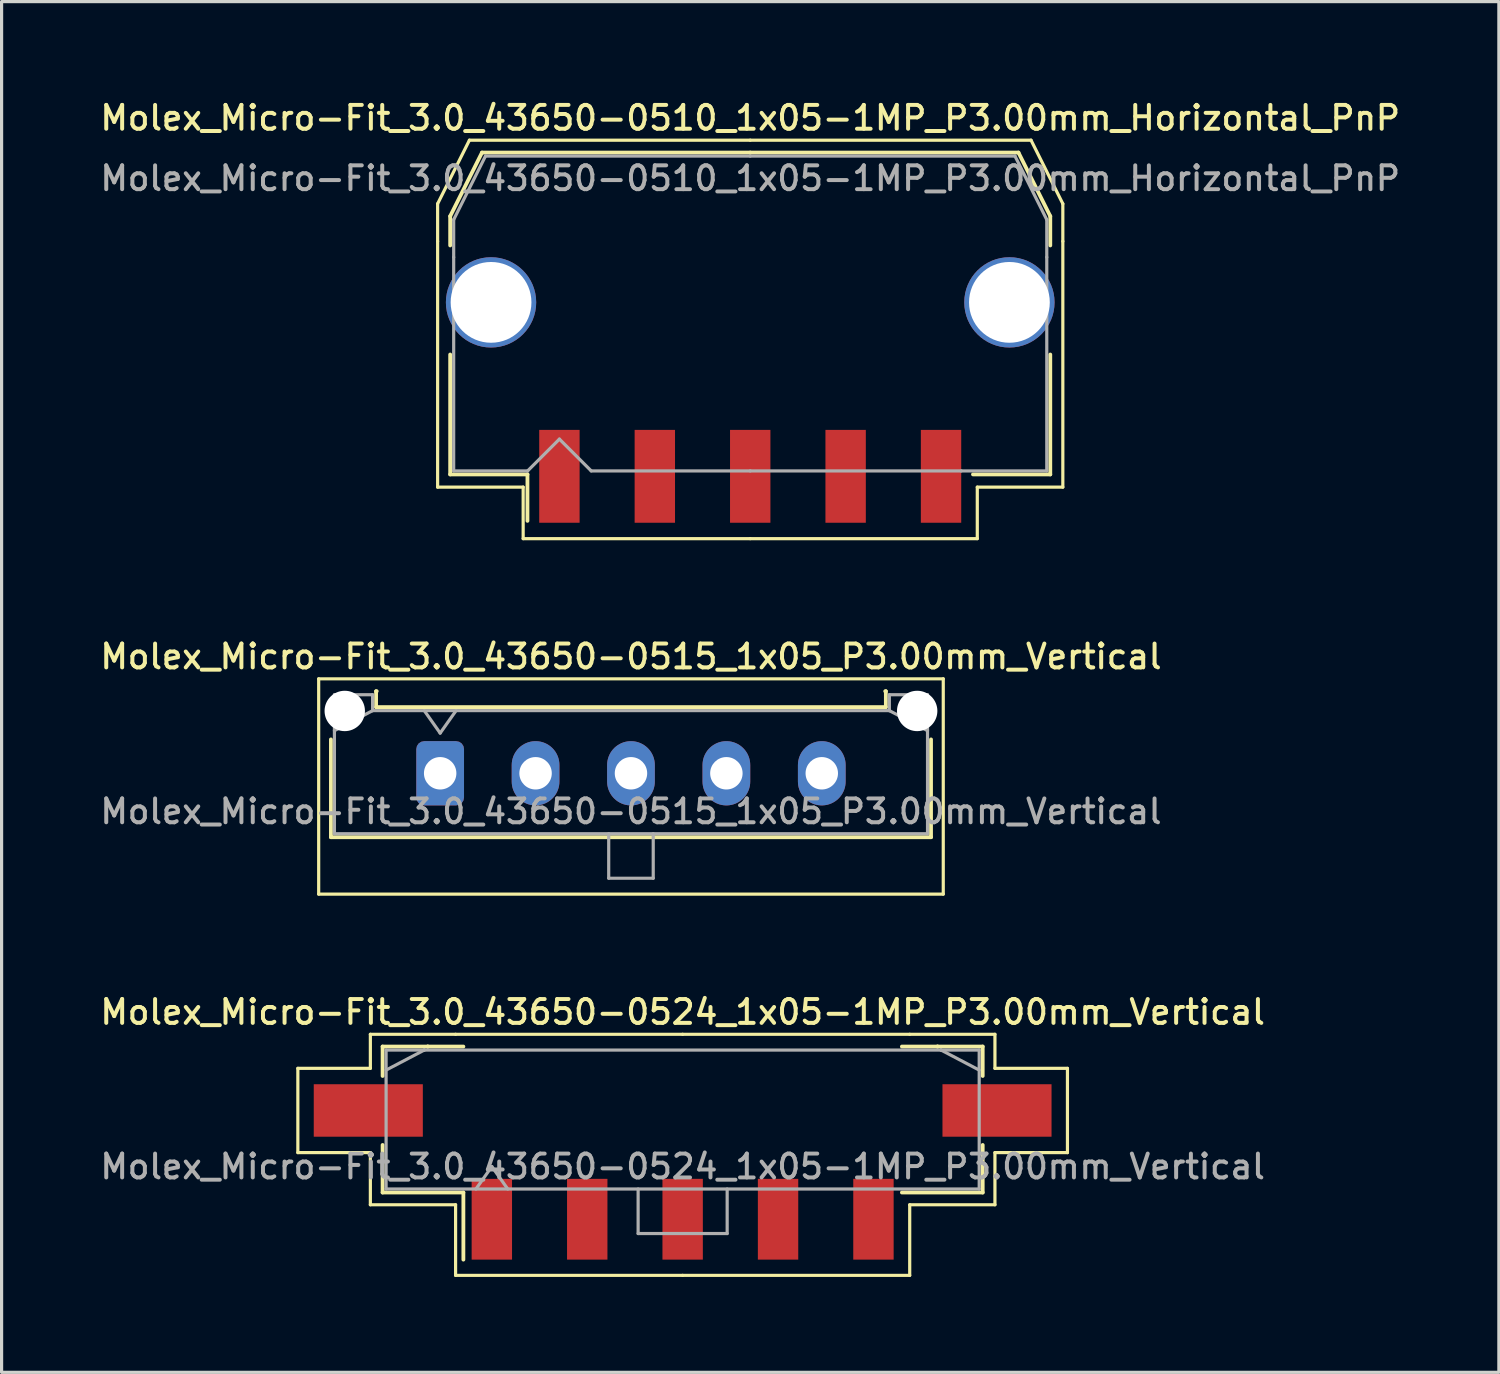
<source format=kicad_pcb>
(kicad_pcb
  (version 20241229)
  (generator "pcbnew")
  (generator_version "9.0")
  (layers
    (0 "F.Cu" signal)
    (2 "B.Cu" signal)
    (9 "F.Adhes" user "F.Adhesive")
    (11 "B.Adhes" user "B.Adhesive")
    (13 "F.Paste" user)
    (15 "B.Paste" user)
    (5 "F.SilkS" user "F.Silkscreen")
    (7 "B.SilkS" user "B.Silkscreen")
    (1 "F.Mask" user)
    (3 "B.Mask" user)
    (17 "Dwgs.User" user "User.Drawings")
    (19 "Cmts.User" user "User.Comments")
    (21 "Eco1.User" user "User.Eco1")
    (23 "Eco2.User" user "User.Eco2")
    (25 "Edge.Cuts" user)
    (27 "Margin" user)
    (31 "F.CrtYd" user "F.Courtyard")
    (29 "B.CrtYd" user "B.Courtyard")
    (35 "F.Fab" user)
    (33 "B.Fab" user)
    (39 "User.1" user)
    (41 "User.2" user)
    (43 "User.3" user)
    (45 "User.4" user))
  (footprint "Molex_Micro-Fit_3.0_43650-0510_1x05-1MP_P3.00mm_Horizontal_PnP"
    (layer "F.Cu")
    (at 20.541 6.808)
    (property "Reference" "Molex_Micro-Fit_3.0_43650-0510_1x05-1MP_P3.00mm_Horizontal_PnP" (at 0 -6.15 0) (layer "F.SilkS") (effects (font (size 0.75 0.75) (thickness 0.125))))
    (attr smd)
    (fp_line (start -9.83 -3.45) (end -9.83 -2.27) (stroke (width 0.1) (type solid)) (layer "F.SilkS"))
    (fp_line (start -9.83 -2.27) (end -9.83 5.46) (stroke (width 0.1) (type solid)) (layer "F.SilkS"))
    (fp_line (start -9.83 5.46) (end -7.14 5.46) (stroke (width 0.1) (type solid)) (layer "F.SilkS"))
    (fp_line (start -9.435 -3.06) (end -9.435 -2.14) (stroke (width 0.12) (type solid)) (layer "F.SilkS"))
    (fp_line (start -9.435 1.29) (end -9.435 5.06) (stroke (width 0.12) (type solid)) (layer "F.SilkS"))
    (fp_line (start -9.435 5.06) (end -7.005 5.06) (stroke (width 0.12) (type solid)) (layer "F.SilkS"))
    (fp_line (start -8.83 -5.45) (end -9.83 -3.45) (stroke (width 0.1) (type solid)) (layer "F.SilkS"))
    (fp_line (start -8.435 -5.06) (end -9.435 -3.06) (stroke (width 0.12) (type solid)) (layer "F.SilkS"))
    (fp_line (start -7.14 5.46) (end -7.14 7.08) (stroke (width 0.1) (type solid)) (layer "F.SilkS"))
    (fp_line (start -7.14 7.08) (end 0 7.08) (stroke (width 0.1) (type solid)) (layer "F.SilkS"))
    (fp_line (start -7.005 5.06) (end -7.005 6.52) (stroke (width 0.12) (type solid)) (layer "F.SilkS"))
    (fp_line (start 0 -5.45) (end -8.83 -5.45) (stroke (width 0.1) (type solid)) (layer "F.SilkS"))
    (fp_line (start 0 -5.45) (end 8.83 -5.45) (stroke (width 0.1) (type solid)) (layer "F.SilkS"))
    (fp_line (start 0 -5.06) (end -8.435 -5.06) (stroke (width 0.12) (type solid)) (layer "F.SilkS"))
    (fp_line (start 0 -5.06) (end 8.435 -5.06) (stroke (width 0.12) (type solid)) (layer "F.SilkS"))
    (fp_line (start 7.14 5.46) (end 7.14 7.08) (stroke (width 0.1) (type solid)) (layer "F.SilkS"))
    (fp_line (start 7.14 7.08) (end 0 7.08) (stroke (width 0.1) (type solid)) (layer "F.SilkS"))
    (fp_line (start 8.435 -5.06) (end 9.435 -3.06) (stroke (width 0.12) (type solid)) (layer "F.SilkS"))
    (fp_line (start 8.83 -5.45) (end 9.83 -3.45) (stroke (width 0.1) (type solid)) (layer "F.SilkS"))
    (fp_line (start 9.435 -3.06) (end 9.435 -2.14) (stroke (width 0.12) (type solid)) (layer "F.SilkS"))
    (fp_line (start 9.435 1.29) (end 9.435 5.06) (stroke (width 0.12) (type solid)) (layer "F.SilkS"))
    (fp_line (start 9.435 5.06) (end 7.005 5.06) (stroke (width 0.12) (type solid)) (layer "F.SilkS"))
    (fp_line (start 9.83 -3.45) (end 9.83 -2.27) (stroke (width 0.1) (type solid)) (layer "F.SilkS"))
    (fp_line (start 9.83 -2.27) (end 9.83 5.46) (stroke (width 0.1) (type solid)) (layer "F.SilkS"))
    (fp_line (start 9.83 5.46) (end 7.14 5.46) (stroke (width 0.1) (type solid)) (layer "F.SilkS"))
    (fp_line (start -9.325 -2.95) (end -9.325 -1.77) (stroke (width 0.1) (type solid)) (layer "F.Fab"))
    (fp_line (start -9.325 -1.77) (end -9.325 4.95) (stroke (width 0.1) (type solid)) (layer "F.Fab"))
    (fp_line (start -9.325 4.95) (end -7 4.95) (stroke (width 0.1) (type solid)) (layer "F.Fab"))
    (fp_line (start -8.325 -4.95) (end -9.325 -2.95) (stroke (width 0.1) (type solid)) (layer "F.Fab"))
    (fp_line (start -7 4.95) (end -6 3.95) (stroke (width 0.1) (type solid)) (layer "F.Fab"))
    (fp_line (start -6 3.95) (end -5 4.95) (stroke (width 0.1) (type solid)) (layer "F.Fab"))
    (fp_line (start -5 4.95) (end 0 4.95) (stroke (width 0.1) (type solid)) (layer "F.Fab"))
    (fp_line (start 0 -4.95) (end -8.325 -4.95) (stroke (width 0.1) (type solid)) (layer "F.Fab"))
    (fp_line (start 0 -4.95) (end 8.325 -4.95) (stroke (width 0.1) (type solid)) (layer "F.Fab"))
    (fp_line (start 6.635 4.95) (end 0 4.95) (stroke (width 0.1) (type solid)) (layer "F.Fab"))
    (fp_line (start 8.325 -4.95) (end 9.325 -2.95) (stroke (width 0.1) (type solid)) (layer "F.Fab"))
    (fp_line (start 9.325 -2.95) (end 9.325 -1.77) (stroke (width 0.1) (type solid)) (layer "F.Fab"))
    (fp_line (start 9.325 -1.77) (end 9.325 4.95) (stroke (width 0.1) (type solid)) (layer "F.Fab"))
    (fp_line (start 9.325 4.95) (end 6.635 4.95) (stroke (width 0.1) (type solid)) (layer "F.Fab"))
    (fp_text user "${REFERENCE}" (at 0 -4.25 0) (layer "F.Fab") (effects (font (size 0.75 0.75) (thickness 0.125))))
    (pad "1" smd rect (at -6 5.12) (size 1.27 2.92) (layers "F.Cu" "F.Mask" "F.Paste"))
    (pad "2" smd rect (at -3 5.12) (size 1.27 2.92) (layers "F.Cu" "F.Mask" "F.Paste"))
    (pad "3" smd rect (at 0 5.12) (size 1.27 2.92) (layers "F.Cu" "F.Mask" "F.Paste"))
    (pad "4" smd rect (at 3 5.12) (size 1.27 2.92) (layers "F.Cu" "F.Mask" "F.Paste"))
    (pad "5" smd rect (at 6 5.12) (size 1.27 2.92) (layers "F.Cu" "F.Mask" "F.Paste"))
    (pad "MP" thru_hole circle (at -8.15 -0.35) (size 2.84 2.84) (drill 2.54) (property pad_prop_heatsink) (layers "*.Cu" "*.Mask"))
    (pad "MP" thru_hole circle (at 8.15 -0.35) (size 2.84 2.84) (drill 2.54) (property pad_prop_heatsink) (layers "*.Cu" "*.Mask")))
  (footprint "Molex_Micro-Fit_3.0_43650-0524_1x05-1MP_P3.00mm_Vertical"
    (layer "F.Cu")
    (at 18.416 32.154)
    (property "Reference" "Molex_Micro-Fit_3.0_43650-0524_1x05-1MP_P3.00mm_Vertical" (at 0 -3.38 0) (layer "F.SilkS") (effects (font (size 0.75 0.75) (thickness 0.125))))
    (attr smd)
    (fp_line (start -12.1 -1.61) (end -12.1 1.04) (stroke (width 0.1) (type solid)) (layer "F.SilkS"))
    (fp_line (start -12.1 1.04) (end -9.82 1.04) (stroke (width 0.1) (type solid)) (layer "F.SilkS"))
    (fp_line (start -9.82 -2.68) (end -9.82 -1.61) (stroke (width 0.1) (type solid)) (layer "F.SilkS"))
    (fp_line (start -9.82 -1.61) (end -12.1 -1.61) (stroke (width 0.1) (type solid)) (layer "F.SilkS"))
    (fp_line (start -9.82 1.04) (end -9.82 2.68) (stroke (width 0.1) (type solid)) (layer "F.SilkS"))
    (fp_line (start -9.82 2.68) (end -7.14 2.68) (stroke (width 0.1) (type solid)) (layer "F.SilkS"))
    (fp_line (start -9.435 -2.295) (end -8.015 -2.295) (stroke (width 0.12) (type solid)) (layer "F.SilkS"))
    (fp_line (start -9.435 -1.37) (end -9.435 -2.295) (stroke (width 0.12) (type solid)) (layer "F.SilkS"))
    (fp_line (start -9.435 0.8) (end -9.435 2.295) (stroke (width 0.12) (type solid)) (layer "F.SilkS"))
    (fp_line (start -9.435 2.295) (end -6.895 2.295) (stroke (width 0.12) (type solid)) (layer "F.SilkS"))
    (fp_line (start -8.015 -2.295) (end -8.015 -2.295) (stroke (width 0.12) (type solid)) (layer "F.SilkS"))
    (fp_line (start -8.015 -2.295) (end -6.895 -2.295) (stroke (width 0.12) (type solid)) (layer "F.SilkS"))
    (fp_line (start -7.14 -2.68) (end -9.82 -2.68) (stroke (width 0.1) (type solid)) (layer "F.SilkS"))
    (fp_line (start -7.14 2.68) (end -7.14 4.9) (stroke (width 0.1) (type solid)) (layer "F.SilkS"))
    (fp_line (start -7.14 4.9) (end 0 4.9) (stroke (width 0.1) (type solid)) (layer "F.SilkS"))
    (fp_line (start -6.895 2.295) (end -6.895 4.405) (stroke (width 0.12) (type solid)) (layer "F.SilkS"))
    (fp_line (start 0 -2.68) (end -7.14 -2.68) (stroke (width 0.1) (type solid)) (layer "F.SilkS"))
    (fp_line (start 0 -2.68) (end 7.14 -2.68) (stroke (width 0.1) (type solid)) (layer "F.SilkS"))
    (fp_line (start 7.14 -2.68) (end 9.82 -2.68) (stroke (width 0.1) (type solid)) (layer "F.SilkS"))
    (fp_line (start 7.14 2.68) (end 7.14 4.9) (stroke (width 0.1) (type solid)) (layer "F.SilkS"))
    (fp_line (start 7.14 4.9) (end 0 4.9) (stroke (width 0.1) (type solid)) (layer "F.SilkS"))
    (fp_line (start 8.015 -2.295) (end 6.895 -2.295) (stroke (width 0.12) (type solid)) (layer "F.SilkS"))
    (fp_line (start 8.015 -2.295) (end 8.015 -2.295) (stroke (width 0.12) (type solid)) (layer "F.SilkS"))
    (fp_line (start 9.435 -2.295) (end 8.015 -2.295) (stroke (width 0.12) (type solid)) (layer "F.SilkS"))
    (fp_line (start 9.435 -1.37) (end 9.435 -2.295) (stroke (width 0.12) (type solid)) (layer "F.SilkS"))
    (fp_line (start 9.435 0.8) (end 9.435 2.295) (stroke (width 0.12) (type solid)) (layer "F.SilkS"))
    (fp_line (start 9.435 2.295) (end 6.895 2.295) (stroke (width 0.12) (type solid)) (layer "F.SilkS"))
    (fp_line (start 9.82 -2.68) (end 9.82 -1.61) (stroke (width 0.1) (type solid)) (layer "F.SilkS"))
    (fp_line (start 9.82 -1.61) (end 12.1 -1.61) (stroke (width 0.1) (type solid)) (layer "F.SilkS"))
    (fp_line (start 9.82 1.04) (end 9.82 2.68) (stroke (width 0.1) (type solid)) (layer "F.SilkS"))
    (fp_line (start 9.82 2.68) (end 7.14 2.68) (stroke (width 0.1) (type solid)) (layer "F.SilkS"))
    (fp_line (start 12.1 -1.61) (end 12.1 1.04) (stroke (width 0.1) (type solid)) (layer "F.SilkS"))
    (fp_line (start 12.1 1.04) (end 9.82 1.04) (stroke (width 0.1) (type solid)) (layer "F.SilkS"))
    (fp_line (start -9.325 -2.185) (end -9.325 2.185) (stroke (width 0.1) (type solid)) (layer "F.Fab"))
    (fp_line (start -9.325 -1.555) (end -8.125 -2.185) (stroke (width 0.1) (type solid)) (layer "F.Fab"))
    (fp_line (start -9.325 2.185) (end 9.325 2.185) (stroke (width 0.1) (type solid)) (layer "F.Fab"))
    (fp_line (start -8.125 -2.185) (end -9.325 -2.185) (stroke (width 0.1) (type solid)) (layer "F.Fab"))
    (fp_line (start -8.125 -2.185) (end -8.125 -2.185) (stroke (width 0.1) (type solid)) (layer "F.Fab"))
    (fp_line (start -6.5 2.185) (end -6 1.478) (stroke (width 0.1) (type solid)) (layer "F.Fab"))
    (fp_line (start -6 1.478) (end -5.5 2.185) (stroke (width 0.1) (type solid)) (layer "F.Fab"))
    (fp_line (start -1.4 2.185) (end -1.4 3.585) (stroke (width 0.1) (type solid)) (layer "F.Fab"))
    (fp_line (start -1.4 3.585) (end 1.4 3.585) (stroke (width 0.1) (type solid)) (layer "F.Fab"))
    (fp_line (start 1.4 3.585) (end 1.4 2.185) (stroke (width 0.1) (type solid)) (layer "F.Fab"))
    (fp_line (start 8.125 -2.185) (end -8.125 -2.185) (stroke (width 0.1) (type solid)) (layer "F.Fab"))
    (fp_line (start 8.125 -2.185) (end 8.125 -2.185) (stroke (width 0.1) (type solid)) (layer "F.Fab"))
    (fp_line (start 9.325 -2.185) (end 8.125 -2.185) (stroke (width 0.1) (type solid)) (layer "F.Fab"))
    (fp_line (start 9.325 -1.555) (end 8.125 -2.185) (stroke (width 0.1) (type solid)) (layer "F.Fab"))
    (fp_line (start 9.325 2.185) (end 9.325 -2.185) (stroke (width 0.1) (type solid)) (layer "F.Fab"))
    (fp_text user "${REFERENCE}" (at 0 1.48 0) (layer "F.Fab") (effects (font (size 0.75 0.75) (thickness 0.125))))
    (pad "1" smd rect (at -6 3.135) (size 1.27 2.54) (layers "F.Cu" "F.Mask" "F.Paste"))
    (pad "2" smd rect (at -3 3.135) (size 1.27 2.54) (layers "F.Cu" "F.Mask" "F.Paste"))
    (pad "3" smd rect (at 0 3.135) (size 1.27 2.54) (layers "F.Cu" "F.Mask" "F.Paste"))
    (pad "4" smd rect (at 3 3.135) (size 1.27 2.54) (layers "F.Cu" "F.Mask" "F.Paste"))
    (pad "5" smd rect (at 6 3.135) (size 1.27 2.54) (layers "F.Cu" "F.Mask" "F.Paste"))
    (pad "MP" smd rect (at -9.885 -0.285) (size 3.43 1.65) (layers "F.Cu" "F.Mask" "F.Paste"))
    (pad "MP" smd rect (at 9.885 -0.285) (size 3.43 1.65) (layers "F.Cu" "F.Mask" "F.Paste")))
  (footprint "Molex_Micro-Fit_3.0_43650-0515_1x05_P3.00mm_Vertical"
    (layer "F.Cu")
    (at 10.791 21.266)
    (property "Reference" "Molex_Micro-Fit_3.0_43650-0515_1x05_P3.00mm_Vertical" (at 6 -3.67 0) (layer "F.SilkS") (effects (font (size 0.75 0.75) (thickness 0.125))))
    (attr through_hole)
    (fp_line (start -3.82 -2.97) (end 15.82 -2.97) (stroke (width 0.1) (type solid)) (layer "F.SilkS"))
    (fp_line (start -3.82 3.8) (end -3.82 -2.97) (stroke (width 0.1) (type solid)) (layer "F.SilkS"))
    (fp_line (start -3.435 -1.065) (end -3.435 2.01) (stroke (width 0.12) (type solid)) (layer "F.SilkS"))
    (fp_line (start -3.435 2.01) (end 15.435 2.01) (stroke (width 0.12) (type solid)) (layer "F.SilkS"))
    (fp_line (start -2.015 -2.58) (end -2.015 -2.08) (stroke (width 0.12) (type solid)) (layer "F.SilkS"))
    (fp_line (start -2.015 -2.08) (end 14.015 -2.08) (stroke (width 0.12) (type solid)) (layer "F.SilkS"))
    (fp_line (start -1.995 -2.58) (end -2.015 -2.58) (stroke (width 0.12) (type solid)) (layer "F.SilkS"))
    (fp_line (start 14.015 -2.58) (end 13.995 -2.58) (stroke (width 0.12) (type solid)) (layer "F.SilkS"))
    (fp_line (start 14.015 -2.08) (end 14.015 -2.58) (stroke (width 0.12) (type solid)) (layer "F.SilkS"))
    (fp_line (start 15.435 2.01) (end 15.435 -1.065) (stroke (width 0.12) (type solid)) (layer "F.SilkS"))
    (fp_line (start 15.82 -2.97) (end 15.82 3.8) (stroke (width 0.1) (type solid)) (layer "F.SilkS"))
    (fp_line (start 15.82 3.8) (end -3.82 3.8) (stroke (width 0.1) (type solid)) (layer "F.SilkS"))
    (fp_line (start -3.325 -2.47) (end -3.325 1.9) (stroke (width 0.1) (type solid)) (layer "F.Fab"))
    (fp_line (start -3.325 -1.34) (end -2.125 -1.97) (stroke (width 0.1) (type solid)) (layer "F.Fab"))
    (fp_line (start -3.325 1.9) (end 15.325 1.9) (stroke (width 0.1) (type solid)) (layer "F.Fab"))
    (fp_line (start -2.125 -2.47) (end -3.325 -2.47) (stroke (width 0.1) (type solid)) (layer "F.Fab"))
    (fp_line (start -2.125 -1.97) (end -2.125 -2.47) (stroke (width 0.1) (type solid)) (layer "F.Fab"))
    (fp_line (start -0.5 -1.97) (end 0 -1.263) (stroke (width 0.1) (type solid)) (layer "F.Fab"))
    (fp_line (start 0 -1.263) (end 0.5 -1.97) (stroke (width 0.1) (type solid)) (layer "F.Fab"))
    (fp_line (start 5.3 1.9) (end 5.3 3.3) (stroke (width 0.1) (type solid)) (layer "F.Fab"))
    (fp_line (start 5.3 3.3) (end 6.7 3.3) (stroke (width 0.1) (type solid)) (layer "F.Fab"))
    (fp_line (start 6.7 3.3) (end 6.7 1.9) (stroke (width 0.1) (type solid)) (layer "F.Fab"))
    (fp_line (start 14.125 -2.47) (end 14.125 -1.97) (stroke (width 0.1) (type solid)) (layer "F.Fab"))
    (fp_line (start 14.125 -1.97) (end -2.125 -1.97) (stroke (width 0.1) (type solid)) (layer "F.Fab"))
    (fp_line (start 15.325 -2.47) (end 14.125 -2.47) (stroke (width 0.1) (type solid)) (layer "F.Fab"))
    (fp_line (start 15.325 -1.34) (end 14.125 -1.97) (stroke (width 0.1) (type solid)) (layer "F.Fab"))
    (fp_line (start 15.325 1.9) (end 15.325 -2.47) (stroke (width 0.1) (type solid)) (layer "F.Fab"))
    (fp_text user "${REFERENCE}" (at 6 1.2 0) (layer "F.Fab") (effects (font (size 0.75 0.75) (thickness 0.125))))
    (pad "" np_thru_hole circle (at -3 -1.96) (size 1.27 1.27) (drill 1.27) (layers "*.Cu" "*.Mask"))
    (pad "" np_thru_hole circle (at 15 -1.96) (size 1.27 1.27) (drill 1.27) (layers "*.Cu" "*.Mask"))
    (pad "1" thru_hole roundrect (at 0 0) (size 1.5 2.02) (drill 1.02) (layers "*.Cu" "*.Mask") (roundrect_rratio 0.167))
    (pad "2" thru_hole oval (at 3 0) (size 1.5 2.02) (drill 1.02) (layers "*.Cu" "*.Mask"))
    (pad "3" thru_hole oval (at 6 0) (size 1.5 2.02) (drill 1.02) (layers "*.Cu" "*.Mask"))
    (pad "4" thru_hole oval (at 9 0) (size 1.5 2.02) (drill 1.02) (layers "*.Cu" "*.Mask"))
    (pad "5" thru_hole oval (at 12 0) (size 1.5 2.02) (drill 1.02) (layers "*.Cu" "*.Mask")))
  (gr_rect
    (start -3 -3)
    (end 44.082 40.104)
    (stroke (width 0.1) (type default))
    (fill no)
    (layer "Edge.Cuts")))
</source>
